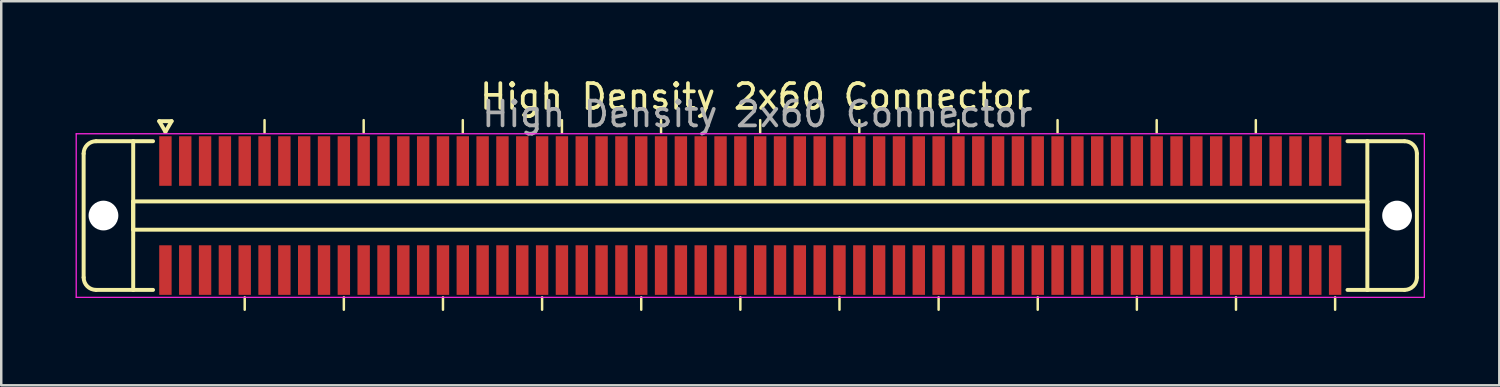
<source format=kicad_pcb>
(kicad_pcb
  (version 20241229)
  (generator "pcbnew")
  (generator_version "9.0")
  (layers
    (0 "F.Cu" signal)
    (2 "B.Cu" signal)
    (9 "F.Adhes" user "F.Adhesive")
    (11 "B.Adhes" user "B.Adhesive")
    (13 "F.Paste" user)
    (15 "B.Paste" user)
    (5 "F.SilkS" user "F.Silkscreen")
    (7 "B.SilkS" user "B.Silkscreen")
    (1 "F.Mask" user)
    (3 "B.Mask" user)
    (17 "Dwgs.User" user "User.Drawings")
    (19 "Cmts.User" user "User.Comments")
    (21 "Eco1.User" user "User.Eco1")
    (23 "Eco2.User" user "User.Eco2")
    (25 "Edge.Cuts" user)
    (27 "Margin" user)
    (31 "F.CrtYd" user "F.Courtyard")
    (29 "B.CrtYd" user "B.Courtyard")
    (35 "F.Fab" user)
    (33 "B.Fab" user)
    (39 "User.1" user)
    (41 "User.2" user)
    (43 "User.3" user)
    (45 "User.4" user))
  (footprint "High Density 2x60 Connector"
    (layer "F.Cu")
    (at 27.225 5.648)
    (property "Reference" "High Density 2x60 Connector" (at 0.2 -4.8 0) (layer "F.SilkS") (effects (font (size 1 1) (thickness 0.15))))
    (attr smd)
    (fp_line (start -26.9 -2.5) (end -26.9 2.5) (stroke (width 0.16) (type solid)) (layer "F.SilkS"))
    (fp_line (start -26.4 3) (end -24.9 3) (stroke (width 0.16) (type solid)) (layer "F.SilkS"))
    (fp_line (start -24.9 -3) (end -26.4 -3) (stroke (width 0.16) (type solid)) (layer "F.SilkS"))
    (fp_line (start -24.9 -3) (end -24.1 -3) (stroke (width 0.16) (type solid)) (layer "F.SilkS"))
    (fp_line (start -24.9 -0.571) (end -24.9 0.571) (stroke (width 0.16) (type solid)) (layer "F.SilkS"))
    (fp_line (start -24.9 0.571) (end 24.9 0.571) (stroke (width 0.16) (type solid)) (layer "F.SilkS"))
    (fp_line (start -24.9 3) (end -24.9 -3) (stroke (width 0.16) (type solid)) (layer "F.SilkS"))
    (fp_line (start -24.9 3) (end -24.1 3) (stroke (width 0.16) (type solid)) (layer "F.SilkS"))
    (fp_line (start -23.85 -3.809) (end -23.35 -3.809) (stroke (width 0.16) (type solid)) (layer "F.SilkS"))
    (fp_line (start -23.6 -3.382) (end -23.85 -3.809) (stroke (width 0.16) (type solid)) (layer "F.SilkS"))
    (fp_line (start -23.35 -3.809) (end -23.6 -3.382) (stroke (width 0.16) (type solid)) (layer "F.SilkS"))
    (fp_line (start -20.4 3.8) (end -20.4 3.3) (stroke (width 0.1) (type default)) (layer "F.SilkS"))
    (fp_line (start -19.6 -3.35) (end -19.6 -3.85) (stroke (width 0.1) (type default)) (layer "F.SilkS"))
    (fp_line (start -16.4 3.8) (end -16.4 3.3) (stroke (width 0.1) (type default)) (layer "F.SilkS"))
    (fp_line (start -15.6 -3.35) (end -15.6 -3.85) (stroke (width 0.1) (type default)) (layer "F.SilkS"))
    (fp_line (start -12.4 3.8) (end -12.4 3.3) (stroke (width 0.1) (type default)) (layer "F.SilkS"))
    (fp_line (start -11.6 -3.35) (end -11.6 -3.85) (stroke (width 0.1) (type default)) (layer "F.SilkS"))
    (fp_line (start -8.4 3.8) (end -8.4 3.3) (stroke (width 0.1) (type default)) (layer "F.SilkS"))
    (fp_line (start -7.6 -3.35) (end -7.6 -3.85) (stroke (width 0.1) (type default)) (layer "F.SilkS"))
    (fp_line (start -4.4 3.8) (end -4.4 3.3) (stroke (width 0.1) (type default)) (layer "F.SilkS"))
    (fp_line (start -3.6 -3.35) (end -3.6 -3.85) (stroke (width 0.1) (type default)) (layer "F.SilkS"))
    (fp_line (start -0.4 3.8) (end -0.4 3.3) (stroke (width 0.1) (type default)) (layer "F.SilkS"))
    (fp_line (start 0.4 -3.35) (end 0.4 -3.85) (stroke (width 0.1) (type default)) (layer "F.SilkS"))
    (fp_line (start 3.6 3.8) (end 3.6 3.3) (stroke (width 0.1) (type default)) (layer "F.SilkS"))
    (fp_line (start 4.4 -3.35) (end 4.4 -3.85) (stroke (width 0.1) (type default)) (layer "F.SilkS"))
    (fp_line (start 7.6 3.8) (end 7.6 3.3) (stroke (width 0.1) (type default)) (layer "F.SilkS"))
    (fp_line (start 8.4 -3.35) (end 8.4 -3.85) (stroke (width 0.1) (type default)) (layer "F.SilkS"))
    (fp_line (start 11.6 3.8) (end 11.6 3.3) (stroke (width 0.1) (type default)) (layer "F.SilkS"))
    (fp_line (start 12.4 -3.35) (end 12.4 -3.85) (stroke (width 0.1) (type default)) (layer "F.SilkS"))
    (fp_line (start 15.6 3.8) (end 15.6 3.3) (stroke (width 0.1) (type default)) (layer "F.SilkS"))
    (fp_line (start 16.4 -3.35) (end 16.4 -3.85) (stroke (width 0.1) (type default)) (layer "F.SilkS"))
    (fp_line (start 19.6 3.8) (end 19.6 3.3) (stroke (width 0.1) (type default)) (layer "F.SilkS"))
    (fp_line (start 20.4 -3.35) (end 20.4 -3.85) (stroke (width 0.1) (type default)) (layer "F.SilkS"))
    (fp_line (start 23.6 3.8) (end 23.6 3.3) (stroke (width 0.1) (type default)) (layer "F.SilkS"))
    (fp_line (start 24.9 -3) (end 24.1 -3) (stroke (width 0.16) (type solid)) (layer "F.SilkS"))
    (fp_line (start 24.9 -3) (end 24.9 3) (stroke (width 0.16) (type solid)) (layer "F.SilkS"))
    (fp_line (start 24.9 -0.571) (end -24.9 -0.571) (stroke (width 0.16) (type solid)) (layer "F.SilkS"))
    (fp_line (start 24.9 0.571) (end 24.9 -0.571) (stroke (width 0.16) (type solid)) (layer "F.SilkS"))
    (fp_line (start 24.9 3) (end 24.1 3) (stroke (width 0.16) (type solid)) (layer "F.SilkS"))
    (fp_line (start 24.9 3) (end 26.4 3) (stroke (width 0.16) (type solid)) (layer "F.SilkS"))
    (fp_line (start 26.4 -3) (end 24.9 -3) (stroke (width 0.16) (type solid)) (layer "F.SilkS"))
    (fp_line (start 26.9 2.5) (end 26.9 -2.5) (stroke (width 0.16) (type solid)) (layer "F.SilkS"))
    (fp_arc (start -26.9 -2.5) (mid -26.753553 -2.853553) (end -26.4 -3) (stroke (width 0.16) (type solid)) (layer "F.SilkS"))
    (fp_arc (start -26.4 3) (mid -26.753553 2.853553) (end -26.9 2.5) (stroke (width 0.16) (type solid)) (layer "F.SilkS"))
    (fp_arc (start 26.4 -3) (mid 26.753553 -2.853553) (end 26.9 -2.5) (stroke (width 0.16) (type solid)) (layer "F.SilkS"))
    (fp_arc (start 26.9 2.5) (mid 26.753553 2.853553) (end 26.4 3) (stroke (width 0.16) (type solid)) (layer "F.SilkS"))
    (fp_line (start -27.2 -3.3) (end -27.2 3.3) (stroke (width 0.05) (type solid)) (layer "F.CrtYd"))
    (fp_line (start -27.2 3.3) (end 27.2 3.3) (stroke (width 0.05) (type solid)) (layer "F.CrtYd"))
    (fp_line (start 27.2 -3.3) (end -27.2 -3.3) (stroke (width 0.05) (type solid)) (layer "F.CrtYd"))
    (fp_line (start 27.2 3.3) (end 27.2 -3.3) (stroke (width 0.05) (type solid)) (layer "F.CrtYd"))
    (fp_text user "${REFERENCE}" (at 0.289 -4.093 0) (layer "F.Fab") (effects (font (size 1 1) (thickness 0.15))))
    (pad "" np_thru_hole circle (at -26.1 0) (size 1.2 1.2) (drill 1.2) (layers "*.Cu" "*.Mask"))
    (pad "" np_thru_hole circle (at 26.1 0) (size 1.2 1.2) (drill 1.2) (layers "*.Cu" "*.Mask"))
    (pad "1" smd rect (at -23.6 -2.2) (size 0.5 2) (layers "F.Cu" "F.Mask" "F.Paste"))
    (pad "2" smd rect (at -23.6 2.2) (size 0.5 2) (layers "F.Cu" "F.Mask" "F.Paste"))
    (pad "3" smd rect (at -22.8 -2.2) (size 0.5 2) (layers "F.Cu" "F.Mask" "F.Paste"))
    (pad "4" smd rect (at -22.8 2.2) (size 0.5 2) (layers "F.Cu" "F.Mask" "F.Paste"))
    (pad "5" smd rect (at -22 -2.2) (size 0.5 2) (layers "F.Cu" "F.Mask" "F.Paste"))
    (pad "6" smd rect (at -22 2.2) (size 0.5 2) (layers "F.Cu" "F.Mask" "F.Paste"))
    (pad "7" smd rect (at -21.2 -2.2) (size 0.5 2) (layers "F.Cu" "F.Mask" "F.Paste"))
    (pad "8" smd rect (at -21.2 2.2) (size 0.5 2) (layers "F.Cu" "F.Mask" "F.Paste"))
    (pad "9" smd rect (at -20.4 -2.2) (size 0.5 2) (layers "F.Cu" "F.Mask" "F.Paste"))
    (pad "10" smd rect (at -20.4 2.2) (size 0.5 2) (layers "F.Cu" "F.Mask" "F.Paste"))
    (pad "11" smd rect (at -19.6 -2.2) (size 0.5 2) (layers "F.Cu" "F.Mask" "F.Paste"))
    (pad "12" smd rect (at -19.6 2.2) (size 0.5 2) (layers "F.Cu" "F.Mask" "F.Paste"))
    (pad "13" smd rect (at -18.8 -2.2) (size 0.5 2) (layers "F.Cu" "F.Mask" "F.Paste"))
    (pad "14" smd rect (at -18.8 2.2) (size 0.5 2) (layers "F.Cu" "F.Mask" "F.Paste"))
    (pad "15" smd rect (at -18 -2.2) (size 0.5 2) (layers "F.Cu" "F.Mask" "F.Paste"))
    (pad "16" smd rect (at -18 2.2) (size 0.5 2) (layers "F.Cu" "F.Mask" "F.Paste"))
    (pad "17" smd rect (at -17.2 -2.2) (size 0.5 2) (layers "F.Cu" "F.Mask" "F.Paste"))
    (pad "18" smd rect (at -17.2 2.2) (size 0.5 2) (layers "F.Cu" "F.Mask" "F.Paste"))
    (pad "19" smd rect (at -16.4 -2.2) (size 0.5 2) (layers "F.Cu" "F.Mask" "F.Paste"))
    (pad "20" smd rect (at -16.4 2.2) (size 0.5 2) (layers "F.Cu" "F.Mask" "F.Paste"))
    (pad "21" smd rect (at -15.6 -2.2) (size 0.5 2) (layers "F.Cu" "F.Mask" "F.Paste"))
    (pad "22" smd rect (at -15.6 2.2) (size 0.5 2) (layers "F.Cu" "F.Mask" "F.Paste"))
    (pad "23" smd rect (at -14.8 -2.2) (size 0.5 2) (layers "F.Cu" "F.Mask" "F.Paste"))
    (pad "24" smd rect (at -14.8 2.2) (size 0.5 2) (layers "F.Cu" "F.Mask" "F.Paste"))
    (pad "25" smd rect (at -14 -2.2) (size 0.5 2) (layers "F.Cu" "F.Mask" "F.Paste"))
    (pad "26" smd rect (at -14 2.2) (size 0.5 2) (layers "F.Cu" "F.Mask" "F.Paste"))
    (pad "27" smd rect (at -13.2 -2.2) (size 0.5 2) (layers "F.Cu" "F.Mask" "F.Paste"))
    (pad "28" smd rect (at -13.2 2.2) (size 0.5 2) (layers "F.Cu" "F.Mask" "F.Paste"))
    (pad "29" smd rect (at -12.4 -2.2) (size 0.5 2) (layers "F.Cu" "F.Mask" "F.Paste"))
    (pad "30" smd rect (at -12.4 2.2) (size 0.5 2) (layers "F.Cu" "F.Mask" "F.Paste"))
    (pad "31" smd rect (at -11.6 -2.2) (size 0.5 2) (layers "F.Cu" "F.Mask" "F.Paste"))
    (pad "32" smd rect (at -11.6 2.2) (size 0.5 2) (layers "F.Cu" "F.Mask" "F.Paste"))
    (pad "33" smd rect (at -10.8 -2.2) (size 0.5 2) (layers "F.Cu" "F.Mask" "F.Paste"))
    (pad "34" smd rect (at -10.8 2.2) (size 0.5 2) (layers "F.Cu" "F.Mask" "F.Paste"))
    (pad "35" smd rect (at -10 -2.2) (size 0.5 2) (layers "F.Cu" "F.Mask" "F.Paste"))
    (pad "36" smd rect (at -10 2.2) (size 0.5 2) (layers "F.Cu" "F.Mask" "F.Paste"))
    (pad "37" smd rect (at -9.2 -2.2) (size 0.5 2) (layers "F.Cu" "F.Mask" "F.Paste"))
    (pad "38" smd rect (at -9.2 2.2) (size 0.5 2) (layers "F.Cu" "F.Mask" "F.Paste"))
    (pad "39" smd rect (at -8.4 -2.2) (size 0.5 2) (layers "F.Cu" "F.Mask" "F.Paste"))
    (pad "40" smd rect (at -8.4 2.2) (size 0.5 2) (layers "F.Cu" "F.Mask" "F.Paste"))
    (pad "41" smd rect (at -7.6 -2.2) (size 0.5 2) (layers "F.Cu" "F.Mask" "F.Paste"))
    (pad "42" smd rect (at -7.6 2.2) (size 0.5 2) (layers "F.Cu" "F.Mask" "F.Paste"))
    (pad "43" smd rect (at -6.8 -2.2) (size 0.5 2) (layers "F.Cu" "F.Mask" "F.Paste"))
    (pad "44" smd rect (at -6.8 2.2) (size 0.5 2) (layers "F.Cu" "F.Mask" "F.Paste"))
    (pad "45" smd rect (at -6 -2.2) (size 0.5 2) (layers "F.Cu" "F.Mask" "F.Paste"))
    (pad "46" smd rect (at -6 2.2) (size 0.5 2) (layers "F.Cu" "F.Mask" "F.Paste"))
    (pad "47" smd rect (at -5.2 -2.2) (size 0.5 2) (layers "F.Cu" "F.Mask" "F.Paste"))
    (pad "48" smd rect (at -5.2 2.2) (size 0.5 2) (layers "F.Cu" "F.Mask" "F.Paste"))
    (pad "49" smd rect (at -4.4 -2.2) (size 0.5 2) (layers "F.Cu" "F.Mask" "F.Paste"))
    (pad "50" smd rect (at -4.4 2.2) (size 0.5 2) (layers "F.Cu" "F.Mask" "F.Paste"))
    (pad "51" smd rect (at -3.6 -2.2) (size 0.5 2) (layers "F.Cu" "F.Mask" "F.Paste"))
    (pad "52" smd rect (at -3.6 2.2) (size 0.5 2) (layers "F.Cu" "F.Mask" "F.Paste"))
    (pad "53" smd rect (at -2.8 -2.2) (size 0.5 2) (layers "F.Cu" "F.Mask" "F.Paste"))
    (pad "54" smd rect (at -2.8 2.2) (size 0.5 2) (layers "F.Cu" "F.Mask" "F.Paste"))
    (pad "55" smd rect (at -2 -2.2) (size 0.5 2) (layers "F.Cu" "F.Mask" "F.Paste"))
    (pad "56" smd rect (at -2 2.2) (size 0.5 2) (layers "F.Cu" "F.Mask" "F.Paste"))
    (pad "57" smd rect (at -1.2 -2.2) (size 0.5 2) (layers "F.Cu" "F.Mask" "F.Paste"))
    (pad "58" smd rect (at -1.2 2.2) (size 0.5 2) (layers "F.Cu" "F.Mask" "F.Paste"))
    (pad "59" smd rect (at -0.4 -2.2) (size 0.5 2) (layers "F.Cu" "F.Mask" "F.Paste"))
    (pad "60" smd rect (at -0.4 2.2) (size 0.5 2) (layers "F.Cu" "F.Mask" "F.Paste"))
    (pad "61" smd rect (at 0.4 -2.2) (size 0.5 2) (layers "F.Cu" "F.Mask" "F.Paste"))
    (pad "62" smd rect (at 0.4 2.2) (size 0.5 2) (layers "F.Cu" "F.Mask" "F.Paste"))
    (pad "63" smd rect (at 1.2 -2.2) (size 0.5 2) (layers "F.Cu" "F.Mask" "F.Paste"))
    (pad "64" smd rect (at 1.2 2.2) (size 0.5 2) (layers "F.Cu" "F.Mask" "F.Paste"))
    (pad "65" smd rect (at 2 -2.2) (size 0.5 2) (layers "F.Cu" "F.Mask" "F.Paste"))
    (pad "66" smd rect (at 2 2.2) (size 0.5 2) (layers "F.Cu" "F.Mask" "F.Paste"))
    (pad "67" smd rect (at 2.8 -2.2) (size 0.5 2) (layers "F.Cu" "F.Mask" "F.Paste"))
    (pad "68" smd rect (at 2.8 2.2) (size 0.5 2) (layers "F.Cu" "F.Mask" "F.Paste"))
    (pad "69" smd rect (at 3.6 -2.2) (size 0.5 2) (layers "F.Cu" "F.Mask" "F.Paste"))
    (pad "70" smd rect (at 3.6 2.2) (size 0.5 2) (layers "F.Cu" "F.Mask" "F.Paste"))
    (pad "71" smd rect (at 4.4 -2.2) (size 0.5 2) (layers "F.Cu" "F.Mask" "F.Paste"))
    (pad "72" smd rect (at 4.4 2.2) (size 0.5 2) (layers "F.Cu" "F.Mask" "F.Paste"))
    (pad "73" smd rect (at 5.2 -2.2) (size 0.5 2) (layers "F.Cu" "F.Mask" "F.Paste"))
    (pad "74" smd rect (at 5.2 2.2) (size 0.5 2) (layers "F.Cu" "F.Mask" "F.Paste"))
    (pad "75" smd rect (at 6 -2.2) (size 0.5 2) (layers "F.Cu" "F.Mask" "F.Paste"))
    (pad "76" smd rect (at 6 2.2) (size 0.5 2) (layers "F.Cu" "F.Mask" "F.Paste"))
    (pad "77" smd rect (at 6.8 -2.2) (size 0.5 2) (layers "F.Cu" "F.Mask" "F.Paste"))
    (pad "78" smd rect (at 6.8 2.2) (size 0.5 2) (layers "F.Cu" "F.Mask" "F.Paste"))
    (pad "79" smd rect (at 7.6 -2.2) (size 0.5 2) (layers "F.Cu" "F.Mask" "F.Paste"))
    (pad "80" smd rect (at 7.6 2.2) (size 0.5 2) (layers "F.Cu" "F.Mask" "F.Paste"))
    (pad "81" smd rect (at 8.4 -2.2) (size 0.5 2) (layers "F.Cu" "F.Mask" "F.Paste"))
    (pad "82" smd rect (at 8.4 2.2) (size 0.5 2) (layers "F.Cu" "F.Mask" "F.Paste"))
    (pad "83" smd rect (at 9.2 -2.2) (size 0.5 2) (layers "F.Cu" "F.Mask" "F.Paste"))
    (pad "84" smd rect (at 9.2 2.2) (size 0.5 2) (layers "F.Cu" "F.Mask" "F.Paste"))
    (pad "85" smd rect (at 10 -2.2) (size 0.5 2) (layers "F.Cu" "F.Mask" "F.Paste"))
    (pad "86" smd rect (at 10 2.2) (size 0.5 2) (layers "F.Cu" "F.Mask" "F.Paste"))
    (pad "87" smd rect (at 10.8 -2.2) (size 0.5 2) (layers "F.Cu" "F.Mask" "F.Paste"))
    (pad "88" smd rect (at 10.8 2.2) (size 0.5 2) (layers "F.Cu" "F.Mask" "F.Paste"))
    (pad "89" smd rect (at 11.6 -2.2) (size 0.5 2) (layers "F.Cu" "F.Mask" "F.Paste"))
    (pad "90" smd rect (at 11.6 2.2) (size 0.5 2) (layers "F.Cu" "F.Mask" "F.Paste"))
    (pad "91" smd rect (at 12.4 -2.2) (size 0.5 2) (layers "F.Cu" "F.Mask" "F.Paste"))
    (pad "92" smd rect (at 12.4 2.2) (size 0.5 2) (layers "F.Cu" "F.Mask" "F.Paste"))
    (pad "93" smd rect (at 13.2 -2.2) (size 0.5 2) (layers "F.Cu" "F.Mask" "F.Paste"))
    (pad "94" smd rect (at 13.2 2.2) (size 0.5 2) (layers "F.Cu" "F.Mask" "F.Paste"))
    (pad "95" smd rect (at 14 -2.2) (size 0.5 2) (layers "F.Cu" "F.Mask" "F.Paste"))
    (pad "96" smd rect (at 14 2.2) (size 0.5 2) (layers "F.Cu" "F.Mask" "F.Paste"))
    (pad "97" smd rect (at 14.8 -2.2) (size 0.5 2) (layers "F.Cu" "F.Mask" "F.Paste"))
    (pad "98" smd rect (at 14.8 2.2) (size 0.5 2) (layers "F.Cu" "F.Mask" "F.Paste"))
    (pad "99" smd rect (at 15.6 -2.2) (size 0.5 2) (layers "F.Cu" "F.Mask" "F.Paste"))
    (pad "100" smd rect (at 15.6 2.2) (size 0.5 2) (layers "F.Cu" "F.Mask" "F.Paste"))
    (pad "101" smd rect (at 16.4 -2.2) (size 0.5 2) (layers "F.Cu" "F.Mask" "F.Paste"))
    (pad "102" smd rect (at 16.4 2.2) (size 0.5 2) (layers "F.Cu" "F.Mask" "F.Paste"))
    (pad "103" smd rect (at 17.2 -2.2) (size 0.5 2) (layers "F.Cu" "F.Mask" "F.Paste"))
    (pad "104" smd rect (at 17.2 2.2) (size 0.5 2) (layers "F.Cu" "F.Mask" "F.Paste"))
    (pad "105" smd rect (at 18 -2.2) (size 0.5 2) (layers "F.Cu" "F.Mask" "F.Paste"))
    (pad "106" smd rect (at 18 2.2) (size 0.5 2) (layers "F.Cu" "F.Mask" "F.Paste"))
    (pad "107" smd rect (at 18.8 -2.2) (size 0.5 2) (layers "F.Cu" "F.Mask" "F.Paste"))
    (pad "108" smd rect (at 18.8 2.2) (size 0.5 2) (layers "F.Cu" "F.Mask" "F.Paste"))
    (pad "109" smd rect (at 19.6 -2.2) (size 0.5 2) (layers "F.Cu" "F.Mask" "F.Paste"))
    (pad "110" smd rect (at 19.6 2.2) (size 0.5 2) (layers "F.Cu" "F.Mask" "F.Paste"))
    (pad "111" smd rect (at 20.4 -2.2) (size 0.5 2) (layers "F.Cu" "F.Mask" "F.Paste"))
    (pad "112" smd rect (at 20.4 2.2) (size 0.5 2) (layers "F.Cu" "F.Mask" "F.Paste"))
    (pad "113" smd rect (at 21.2 -2.2) (size 0.5 2) (layers "F.Cu" "F.Mask" "F.Paste"))
    (pad "114" smd rect (at 21.2 2.2) (size 0.5 2) (layers "F.Cu" "F.Mask" "F.Paste"))
    (pad "115" smd rect (at 22 -2.2) (size 0.5 2) (layers "F.Cu" "F.Mask" "F.Paste"))
    (pad "116" smd rect (at 22 2.2) (size 0.5 2) (layers "F.Cu" "F.Mask" "F.Paste"))
    (pad "117" smd rect (at 22.8 -2.2) (size 0.5 2) (layers "F.Cu" "F.Mask" "F.Paste"))
    (pad "118" smd rect (at 22.8 2.2) (size 0.5 2) (layers "F.Cu" "F.Mask" "F.Paste"))
    (pad "119" smd rect (at 23.6 -2.2) (size 0.5 2) (layers "F.Cu" "F.Mask" "F.Paste"))
    (pad "120" smd rect (at 23.6 2.2) (size 0.5 2) (layers "F.Cu" "F.Mask" "F.Paste")))
  (gr_rect
    (start -3 -3)
    (end 57.45 12.498)
    (stroke (width 0.1) (type default))
    (fill no)
    (layer "Edge.Cuts")))
</source>
